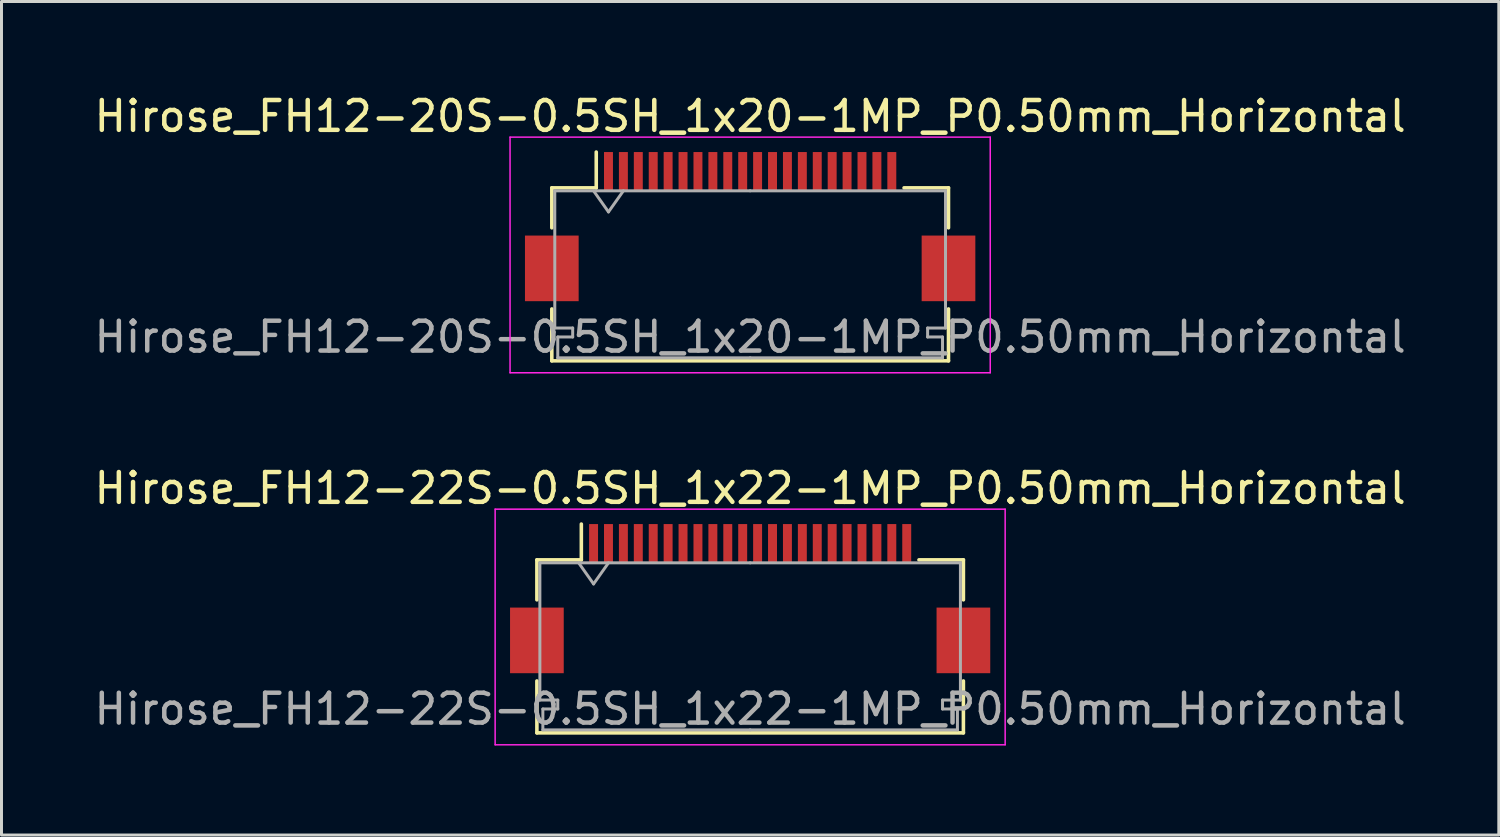
<source format=kicad_pcb>
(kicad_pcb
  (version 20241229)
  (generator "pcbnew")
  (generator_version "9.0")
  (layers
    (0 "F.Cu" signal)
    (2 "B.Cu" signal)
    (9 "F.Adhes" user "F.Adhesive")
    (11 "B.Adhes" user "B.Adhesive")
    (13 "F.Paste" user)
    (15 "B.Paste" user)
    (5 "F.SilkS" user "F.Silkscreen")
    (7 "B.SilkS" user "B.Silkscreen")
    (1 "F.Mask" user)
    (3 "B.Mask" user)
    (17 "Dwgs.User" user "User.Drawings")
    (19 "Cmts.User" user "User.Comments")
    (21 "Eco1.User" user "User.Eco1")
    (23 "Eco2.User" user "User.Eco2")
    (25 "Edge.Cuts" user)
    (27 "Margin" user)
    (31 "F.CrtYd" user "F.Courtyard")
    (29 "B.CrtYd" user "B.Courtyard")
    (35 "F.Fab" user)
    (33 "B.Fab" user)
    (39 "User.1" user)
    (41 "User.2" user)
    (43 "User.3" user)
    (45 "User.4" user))
  (footprint "Hirose_FH12-22S-0.5SH_1x22-1MP_P0.50mm_Horizontal"
    (layer "F.Cu")
    (at 22.101 17.021)
    (property "Reference" "Hirose_FH12-22S-0.5SH_1x22-1MP_P0.50mm_Horizontal" (at 0 -3.7 0) (layer "F.SilkS") (effects (font (size 1 1) (thickness 0.15))))
    (attr smd)
    (fp_line (start -7.15 -1.3) (end -7.15 0.04) (stroke (width 0.12) (type solid)) (layer "F.SilkS"))
    (fp_line (start -7.15 2.76) (end -7.15 4.5) (stroke (width 0.12) (type solid)) (layer "F.SilkS"))
    (fp_line (start -7.15 4.5) (end 7.15 4.5) (stroke (width 0.12) (type solid)) (layer "F.SilkS"))
    (fp_line (start -5.66 -1.3) (end -7.15 -1.3) (stroke (width 0.12) (type solid)) (layer "F.SilkS"))
    (fp_line (start -5.66 -1.3) (end -5.66 -2.5) (stroke (width 0.12) (type solid)) (layer "F.SilkS"))
    (fp_line (start 5.66 -1.3) (end 7.15 -1.3) (stroke (width 0.12) (type solid)) (layer "F.SilkS"))
    (fp_line (start 7.15 -1.3) (end 7.15 0.04) (stroke (width 0.12) (type solid)) (layer "F.SilkS"))
    (fp_line (start 7.15 4.5) (end 7.15 2.76) (stroke (width 0.12) (type solid)) (layer "F.SilkS"))
    (fp_line (start -8.55 -3) (end -8.55 4.9) (stroke (width 0.05) (type solid)) (layer "F.CrtYd"))
    (fp_line (start -8.55 4.9) (end 8.55 4.9) (stroke (width 0.05) (type solid)) (layer "F.CrtYd"))
    (fp_line (start 8.55 -3) (end -8.55 -3) (stroke (width 0.05) (type solid)) (layer "F.CrtYd"))
    (fp_line (start 8.55 4.9) (end 8.55 -3) (stroke (width 0.05) (type solid)) (layer "F.CrtYd"))
    (fp_line (start -7.05 -1.2) (end -7.05 3.4) (stroke (width 0.1) (type solid)) (layer "F.Fab"))
    (fp_line (start -7.05 3.4) (end -6.45 3.4) (stroke (width 0.1) (type solid)) (layer "F.Fab"))
    (fp_line (start -6.95 3.7) (end -6.95 4.4) (stroke (width 0.1) (type solid)) (layer "F.Fab"))
    (fp_line (start -6.95 4.4) (end 0 4.4) (stroke (width 0.1) (type solid)) (layer "F.Fab"))
    (fp_line (start -6.45 3.4) (end -6.45 3.7) (stroke (width 0.1) (type solid)) (layer "F.Fab"))
    (fp_line (start -6.45 3.7) (end -6.95 3.7) (stroke (width 0.1) (type solid)) (layer "F.Fab"))
    (fp_line (start -5.75 -1.2) (end -5.25 -0.493) (stroke (width 0.1) (type solid)) (layer "F.Fab"))
    (fp_line (start -5.25 -0.493) (end -4.75 -1.2) (stroke (width 0.1) (type solid)) (layer "F.Fab"))
    (fp_line (start 0 -1.2) (end -7.05 -1.2) (stroke (width 0.1) (type solid)) (layer "F.Fab"))
    (fp_line (start 0 -1.2) (end 7.05 -1.2) (stroke (width 0.1) (type solid)) (layer "F.Fab"))
    (fp_line (start 6.45 3.4) (end 6.45 3.7) (stroke (width 0.1) (type solid)) (layer "F.Fab"))
    (fp_line (start 6.45 3.7) (end 6.95 3.7) (stroke (width 0.1) (type solid)) (layer "F.Fab"))
    (fp_line (start 6.95 3.7) (end 6.95 4.4) (stroke (width 0.1) (type solid)) (layer "F.Fab"))
    (fp_line (start 6.95 4.4) (end 0 4.4) (stroke (width 0.1) (type solid)) (layer "F.Fab"))
    (fp_line (start 7.05 -1.2) (end 7.05 3.4) (stroke (width 0.1) (type solid)) (layer "F.Fab"))
    (fp_line (start 7.05 3.4) (end 6.45 3.4) (stroke (width 0.1) (type solid)) (layer "F.Fab"))
    (fp_text user "${REFERENCE}" (at 0 3.7 0) (layer "F.Fab") (effects (font (size 1 1) (thickness 0.15))))
    (pad "1" smd rect (at -5.25 -1.85) (size 0.3 1.3) (layers "F.Cu" "F.Mask" "F.Paste"))
    (pad "2" smd rect (at -4.75 -1.85) (size 0.3 1.3) (layers "F.Cu" "F.Mask" "F.Paste"))
    (pad "3" smd rect (at -4.25 -1.85) (size 0.3 1.3) (layers "F.Cu" "F.Mask" "F.Paste"))
    (pad "4" smd rect (at -3.75 -1.85) (size 0.3 1.3) (layers "F.Cu" "F.Mask" "F.Paste"))
    (pad "5" smd rect (at -3.25 -1.85) (size 0.3 1.3) (layers "F.Cu" "F.Mask" "F.Paste"))
    (pad "6" smd rect (at -2.75 -1.85) (size 0.3 1.3) (layers "F.Cu" "F.Mask" "F.Paste"))
    (pad "7" smd rect (at -2.25 -1.85) (size 0.3 1.3) (layers "F.Cu" "F.Mask" "F.Paste"))
    (pad "8" smd rect (at -1.75 -1.85) (size 0.3 1.3) (layers "F.Cu" "F.Mask" "F.Paste"))
    (pad "9" smd rect (at -1.25 -1.85) (size 0.3 1.3) (layers "F.Cu" "F.Mask" "F.Paste"))
    (pad "10" smd rect (at -0.75 -1.85) (size 0.3 1.3) (layers "F.Cu" "F.Mask" "F.Paste"))
    (pad "11" smd rect (at -0.25 -1.85) (size 0.3 1.3) (layers "F.Cu" "F.Mask" "F.Paste"))
    (pad "12" smd rect (at 0.25 -1.85) (size 0.3 1.3) (layers "F.Cu" "F.Mask" "F.Paste"))
    (pad "13" smd rect (at 0.75 -1.85) (size 0.3 1.3) (layers "F.Cu" "F.Mask" "F.Paste"))
    (pad "14" smd rect (at 1.25 -1.85) (size 0.3 1.3) (layers "F.Cu" "F.Mask" "F.Paste"))
    (pad "15" smd rect (at 1.75 -1.85) (size 0.3 1.3) (layers "F.Cu" "F.Mask" "F.Paste"))
    (pad "16" smd rect (at 2.25 -1.85) (size 0.3 1.3) (layers "F.Cu" "F.Mask" "F.Paste"))
    (pad "17" smd rect (at 2.75 -1.85) (size 0.3 1.3) (layers "F.Cu" "F.Mask" "F.Paste"))
    (pad "18" smd rect (at 3.25 -1.85) (size 0.3 1.3) (layers "F.Cu" "F.Mask" "F.Paste"))
    (pad "19" smd rect (at 3.75 -1.85) (size 0.3 1.3) (layers "F.Cu" "F.Mask" "F.Paste"))
    (pad "20" smd rect (at 4.25 -1.85) (size 0.3 1.3) (layers "F.Cu" "F.Mask" "F.Paste"))
    (pad "21" smd rect (at 4.75 -1.85) (size 0.3 1.3) (layers "F.Cu" "F.Mask" "F.Paste"))
    (pad "22" smd rect (at 5.25 -1.85) (size 0.3 1.3) (layers "F.Cu" "F.Mask" "F.Paste"))
    (pad "MP" smd rect (at -7.15 1.4) (size 1.8 2.2) (layers "F.Cu" "F.Mask" "F.Paste"))
    (pad "MP" smd rect (at 7.15 1.4) (size 1.8 2.2) (layers "F.Cu" "F.Mask" "F.Paste")))
  (footprint "Hirose_FH12-20S-0.5SH_1x20-1MP_P0.50mm_Horizontal"
    (layer "F.Cu")
    (at 22.101 4.548)
    (property "Reference" "Hirose_FH12-20S-0.5SH_1x20-1MP_P0.50mm_Horizontal" (at 0 -3.7 0) (layer "F.SilkS") (effects (font (size 1 1) (thickness 0.15))))
    (attr smd)
    (fp_line (start -6.65 -1.3) (end -6.65 0.04) (stroke (width 0.12) (type solid)) (layer "F.SilkS"))
    (fp_line (start -6.65 2.76) (end -6.65 4.5) (stroke (width 0.12) (type solid)) (layer "F.SilkS"))
    (fp_line (start -6.65 4.5) (end 6.65 4.5) (stroke (width 0.12) (type solid)) (layer "F.SilkS"))
    (fp_line (start -5.16 -1.3) (end -6.65 -1.3) (stroke (width 0.12) (type solid)) (layer "F.SilkS"))
    (fp_line (start -5.16 -1.3) (end -5.16 -2.5) (stroke (width 0.12) (type solid)) (layer "F.SilkS"))
    (fp_line (start 5.16 -1.3) (end 6.65 -1.3) (stroke (width 0.12) (type solid)) (layer "F.SilkS"))
    (fp_line (start 6.65 -1.3) (end 6.65 0.04) (stroke (width 0.12) (type solid)) (layer "F.SilkS"))
    (fp_line (start 6.65 4.5) (end 6.65 2.76) (stroke (width 0.12) (type solid)) (layer "F.SilkS"))
    (fp_line (start -8.05 -3) (end -8.05 4.9) (stroke (width 0.05) (type solid)) (layer "F.CrtYd"))
    (fp_line (start -8.05 4.9) (end 8.05 4.9) (stroke (width 0.05) (type solid)) (layer "F.CrtYd"))
    (fp_line (start 8.05 -3) (end -8.05 -3) (stroke (width 0.05) (type solid)) (layer "F.CrtYd"))
    (fp_line (start 8.05 4.9) (end 8.05 -3) (stroke (width 0.05) (type solid)) (layer "F.CrtYd"))
    (fp_line (start -6.55 -1.2) (end -6.55 3.4) (stroke (width 0.1) (type solid)) (layer "F.Fab"))
    (fp_line (start -6.55 3.4) (end -5.95 3.4) (stroke (width 0.1) (type solid)) (layer "F.Fab"))
    (fp_line (start -6.45 3.7) (end -6.45 4.4) (stroke (width 0.1) (type solid)) (layer "F.Fab"))
    (fp_line (start -6.45 4.4) (end 0 4.4) (stroke (width 0.1) (type solid)) (layer "F.Fab"))
    (fp_line (start -5.95 3.4) (end -5.95 3.7) (stroke (width 0.1) (type solid)) (layer "F.Fab"))
    (fp_line (start -5.95 3.7) (end -6.45 3.7) (stroke (width 0.1) (type solid)) (layer "F.Fab"))
    (fp_line (start -5.25 -1.2) (end -4.75 -0.493) (stroke (width 0.1) (type solid)) (layer "F.Fab"))
    (fp_line (start -4.75 -0.493) (end -4.25 -1.2) (stroke (width 0.1) (type solid)) (layer "F.Fab"))
    (fp_line (start 0 -1.2) (end -6.55 -1.2) (stroke (width 0.1) (type solid)) (layer "F.Fab"))
    (fp_line (start 0 -1.2) (end 6.55 -1.2) (stroke (width 0.1) (type solid)) (layer "F.Fab"))
    (fp_line (start 5.95 3.4) (end 5.95 3.7) (stroke (width 0.1) (type solid)) (layer "F.Fab"))
    (fp_line (start 5.95 3.7) (end 6.45 3.7) (stroke (width 0.1) (type solid)) (layer "F.Fab"))
    (fp_line (start 6.45 3.7) (end 6.45 4.4) (stroke (width 0.1) (type solid)) (layer "F.Fab"))
    (fp_line (start 6.45 4.4) (end 0 4.4) (stroke (width 0.1) (type solid)) (layer "F.Fab"))
    (fp_line (start 6.55 -1.2) (end 6.55 3.4) (stroke (width 0.1) (type solid)) (layer "F.Fab"))
    (fp_line (start 6.55 3.4) (end 5.95 3.4) (stroke (width 0.1) (type solid)) (layer "F.Fab"))
    (fp_text user "${REFERENCE}" (at 0 3.7 0) (layer "F.Fab") (effects (font (size 1 1) (thickness 0.15))))
    (pad "1" smd rect (at -4.75 -1.85) (size 0.3 1.3) (layers "F.Cu" "F.Mask" "F.Paste"))
    (pad "2" smd rect (at -4.25 -1.85) (size 0.3 1.3) (layers "F.Cu" "F.Mask" "F.Paste"))
    (pad "3" smd rect (at -3.75 -1.85) (size 0.3 1.3) (layers "F.Cu" "F.Mask" "F.Paste"))
    (pad "4" smd rect (at -3.25 -1.85) (size 0.3 1.3) (layers "F.Cu" "F.Mask" "F.Paste"))
    (pad "5" smd rect (at -2.75 -1.85) (size 0.3 1.3) (layers "F.Cu" "F.Mask" "F.Paste"))
    (pad "6" smd rect (at -2.25 -1.85) (size 0.3 1.3) (layers "F.Cu" "F.Mask" "F.Paste"))
    (pad "7" smd rect (at -1.75 -1.85) (size 0.3 1.3) (layers "F.Cu" "F.Mask" "F.Paste"))
    (pad "8" smd rect (at -1.25 -1.85) (size 0.3 1.3) (layers "F.Cu" "F.Mask" "F.Paste"))
    (pad "9" smd rect (at -0.75 -1.85) (size 0.3 1.3) (layers "F.Cu" "F.Mask" "F.Paste"))
    (pad "10" smd rect (at -0.25 -1.85) (size 0.3 1.3) (layers "F.Cu" "F.Mask" "F.Paste"))
    (pad "11" smd rect (at 0.25 -1.85) (size 0.3 1.3) (layers "F.Cu" "F.Mask" "F.Paste"))
    (pad "12" smd rect (at 0.75 -1.85) (size 0.3 1.3) (layers "F.Cu" "F.Mask" "F.Paste"))
    (pad "13" smd rect (at 1.25 -1.85) (size 0.3 1.3) (layers "F.Cu" "F.Mask" "F.Paste"))
    (pad "14" smd rect (at 1.75 -1.85) (size 0.3 1.3) (layers "F.Cu" "F.Mask" "F.Paste"))
    (pad "15" smd rect (at 2.25 -1.85) (size 0.3 1.3) (layers "F.Cu" "F.Mask" "F.Paste"))
    (pad "16" smd rect (at 2.75 -1.85) (size 0.3 1.3) (layers "F.Cu" "F.Mask" "F.Paste"))
    (pad "17" smd rect (at 3.25 -1.85) (size 0.3 1.3) (layers "F.Cu" "F.Mask" "F.Paste"))
    (pad "18" smd rect (at 3.75 -1.85) (size 0.3 1.3) (layers "F.Cu" "F.Mask" "F.Paste"))
    (pad "19" smd rect (at 4.25 -1.85) (size 0.3 1.3) (layers "F.Cu" "F.Mask" "F.Paste"))
    (pad "20" smd rect (at 4.75 -1.85) (size 0.3 1.3) (layers "F.Cu" "F.Mask" "F.Paste"))
    (pad "MP" smd rect (at -6.65 1.4) (size 1.8 2.2) (layers "F.Cu" "F.Mask" "F.Paste"))
    (pad "MP" smd rect (at 6.65 1.4) (size 1.8 2.2) (layers "F.Cu" "F.Mask" "F.Paste")))
  (gr_rect
    (start -3 -3)
    (end 47.202 24.947)
    (stroke (width 0.1) (type default))
    (fill no)
    (layer "Edge.Cuts")))
</source>
